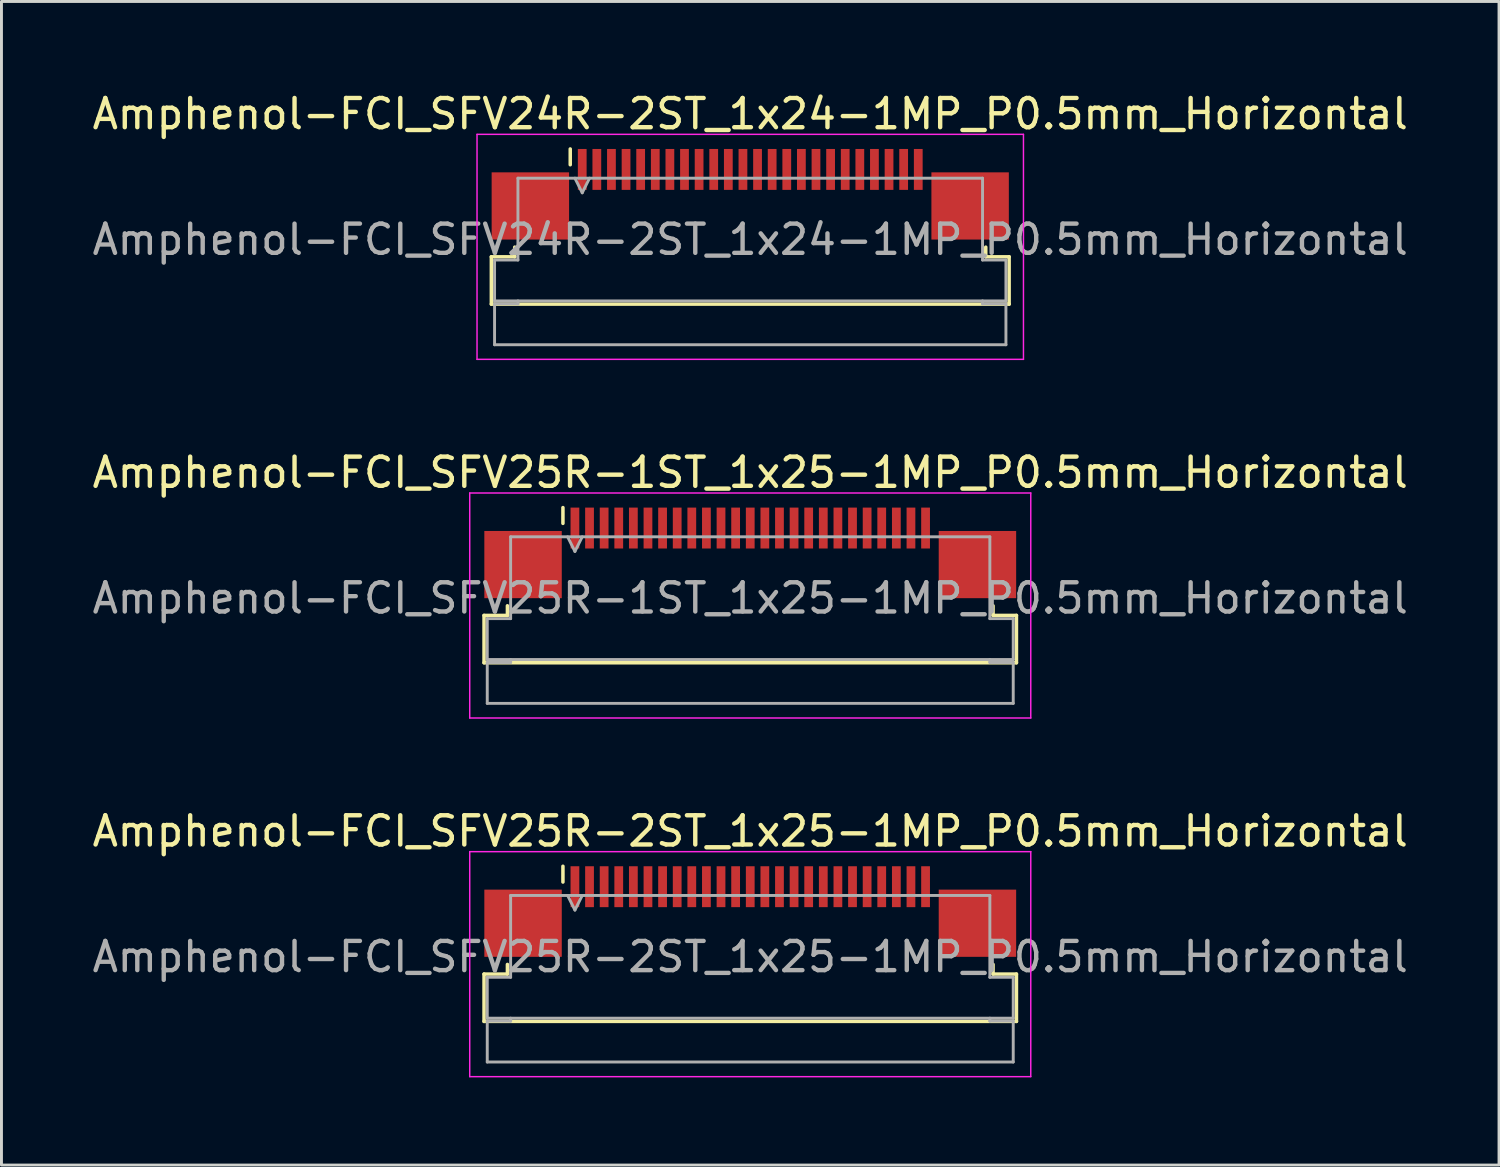
<source format=kicad_pcb>
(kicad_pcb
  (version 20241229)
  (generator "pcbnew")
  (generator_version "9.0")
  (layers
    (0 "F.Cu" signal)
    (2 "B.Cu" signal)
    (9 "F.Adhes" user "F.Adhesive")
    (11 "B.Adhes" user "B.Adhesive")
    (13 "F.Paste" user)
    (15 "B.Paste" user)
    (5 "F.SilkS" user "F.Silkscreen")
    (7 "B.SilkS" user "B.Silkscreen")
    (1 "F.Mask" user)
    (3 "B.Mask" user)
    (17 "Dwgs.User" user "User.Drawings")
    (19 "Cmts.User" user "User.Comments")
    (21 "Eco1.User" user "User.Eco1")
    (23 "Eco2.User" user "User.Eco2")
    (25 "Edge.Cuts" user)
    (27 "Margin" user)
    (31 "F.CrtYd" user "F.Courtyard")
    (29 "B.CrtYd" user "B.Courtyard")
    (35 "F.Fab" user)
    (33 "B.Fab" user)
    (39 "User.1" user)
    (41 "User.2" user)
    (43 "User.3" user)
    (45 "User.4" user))
  (footprint "Amphenol-FCI_SFV25R-1ST_1x25-1MP_P0.5mm_Horizontal"
    (layer "F.Cu")
    (at 22.625 17.021)
    (property "Reference" "Amphenol-FCI_SFV25R-1ST_1x25-1MP_P0.5mm_Horizontal" (at 0 -3.9 0) (layer "F.SilkS") (effects (font (size 1 1) (thickness 0.15))))
    (attr smd)
    (fp_line (start -9.11 0.99) (end -8.31 0.99) (stroke (width 0.12) (type solid)) (layer "F.SilkS"))
    (fp_line (start -9.11 2.61) (end -9.11 0.99) (stroke (width 0.12) (type solid)) (layer "F.SilkS"))
    (fp_line (start -8.31 0.99) (end -8.31 0.66) (stroke (width 0.12) (type solid)) (layer "F.SilkS"))
    (fp_line (start -6.41 -2.16) (end -6.41 -2.7) (stroke (width 0.12) (type solid)) (layer "F.SilkS"))
    (fp_line (start 8.31 0.66) (end 8.31 0.99) (stroke (width 0.12) (type solid)) (layer "F.SilkS"))
    (fp_line (start 8.31 0.99) (end 9.11 0.99) (stroke (width 0.12) (type solid)) (layer "F.SilkS"))
    (fp_line (start 9.11 0.99) (end 9.11 2.61) (stroke (width 0.12) (type solid)) (layer "F.SilkS"))
    (fp_line (start 9.11 2.61) (end -9.11 2.61) (stroke (width 0.12) (type solid)) (layer "F.SilkS"))
    (fp_line (start -9.6 -3.2) (end -9.6 4.5) (stroke (width 0.05) (type solid)) (layer "F.CrtYd"))
    (fp_line (start -9.6 4.5) (end 9.6 4.5) (stroke (width 0.05) (type solid)) (layer "F.CrtYd"))
    (fp_line (start 9.6 -3.2) (end -9.6 -3.2) (stroke (width 0.05) (type solid)) (layer "F.CrtYd"))
    (fp_line (start 9.6 4.5) (end 9.6 -3.2) (stroke (width 0.05) (type solid)) (layer "F.CrtYd"))
    (fp_line (start -9 1.1) (end -8.2 1.1) (stroke (width 0.1) (type solid)) (layer "F.Fab"))
    (fp_line (start -9 2.5) (end -9 1.1) (stroke (width 0.1) (type solid)) (layer "F.Fab"))
    (fp_line (start -9 2.6) (end -8.2 2.6) (stroke (width 0.1) (type solid)) (layer "F.Fab"))
    (fp_line (start -9 4) (end -9 2.6) (stroke (width 0.1) (type solid)) (layer "F.Fab"))
    (fp_line (start -8.2 -1.7) (end 8.2 -1.7) (stroke (width 0.1) (type solid)) (layer "F.Fab"))
    (fp_line (start -8.2 1.1) (end -8.2 -1.7) (stroke (width 0.1) (type solid)) (layer "F.Fab"))
    (fp_line (start -8.2 2.6) (end -8.2 2.5) (stroke (width 0.1) (type solid)) (layer "F.Fab"))
    (fp_line (start -6.25 -1.7) (end -6 -1.2) (stroke (width 0.1) (type solid)) (layer "F.Fab"))
    (fp_line (start -6 -1.2) (end -5.75 -1.7) (stroke (width 0.1) (type solid)) (layer "F.Fab"))
    (fp_line (start 8.2 -1.7) (end 8.2 1.1) (stroke (width 0.1) (type solid)) (layer "F.Fab"))
    (fp_line (start 8.2 1.1) (end 9 1.1) (stroke (width 0.1) (type solid)) (layer "F.Fab"))
    (fp_line (start 8.2 2.5) (end 8.2 2.6) (stroke (width 0.1) (type solid)) (layer "F.Fab"))
    (fp_line (start 8.2 2.6) (end 9 2.6) (stroke (width 0.1) (type solid)) (layer "F.Fab"))
    (fp_line (start 9 1.1) (end 9 2.5) (stroke (width 0.1) (type solid)) (layer "F.Fab"))
    (fp_line (start 9 2.5) (end -9 2.5) (stroke (width 0.1) (type solid)) (layer "F.Fab"))
    (fp_line (start 9 2.6) (end 9 4) (stroke (width 0.1) (type solid)) (layer "F.Fab"))
    (fp_line (start 9 4) (end -9 4) (stroke (width 0.1) (type solid)) (layer "F.Fab"))
    (fp_text user "${REFERENCE}" (at 0 0.4 0) (layer "F.Fab") (effects (font (size 1 1) (thickness 0.15))))
    (pad "1" smd rect (at -6 -2) (size 0.3 1.4) (layers "F.Cu" "F.Mask" "F.Paste"))
    (pad "2" smd rect (at -5.5 -2) (size 0.3 1.4) (layers "F.Cu" "F.Mask" "F.Paste"))
    (pad "3" smd rect (at -5 -2) (size 0.3 1.4) (layers "F.Cu" "F.Mask" "F.Paste"))
    (pad "4" smd rect (at -4.5 -2) (size 0.3 1.4) (layers "F.Cu" "F.Mask" "F.Paste"))
    (pad "5" smd rect (at -4 -2) (size 0.3 1.4) (layers "F.Cu" "F.Mask" "F.Paste"))
    (pad "6" smd rect (at -3.5 -2) (size 0.3 1.4) (layers "F.Cu" "F.Mask" "F.Paste"))
    (pad "7" smd rect (at -3 -2) (size 0.3 1.4) (layers "F.Cu" "F.Mask" "F.Paste"))
    (pad "8" smd rect (at -2.5 -2) (size 0.3 1.4) (layers "F.Cu" "F.Mask" "F.Paste"))
    (pad "9" smd rect (at -2 -2) (size 0.3 1.4) (layers "F.Cu" "F.Mask" "F.Paste"))
    (pad "10" smd rect (at -1.5 -2) (size 0.3 1.4) (layers "F.Cu" "F.Mask" "F.Paste"))
    (pad "11" smd rect (at -1 -2) (size 0.3 1.4) (layers "F.Cu" "F.Mask" "F.Paste"))
    (pad "12" smd rect (at -0.5 -2) (size 0.3 1.4) (layers "F.Cu" "F.Mask" "F.Paste"))
    (pad "13" smd rect (at 0 -2) (size 0.3 1.4) (layers "F.Cu" "F.Mask" "F.Paste"))
    (pad "14" smd rect (at 0.5 -2) (size 0.3 1.4) (layers "F.Cu" "F.Mask" "F.Paste"))
    (pad "15" smd rect (at 1 -2) (size 0.3 1.4) (layers "F.Cu" "F.Mask" "F.Paste"))
    (pad "16" smd rect (at 1.5 -2) (size 0.3 1.4) (layers "F.Cu" "F.Mask" "F.Paste"))
    (pad "17" smd rect (at 2 -2) (size 0.3 1.4) (layers "F.Cu" "F.Mask" "F.Paste"))
    (pad "18" smd rect (at 2.5 -2) (size 0.3 1.4) (layers "F.Cu" "F.Mask" "F.Paste"))
    (pad "19" smd rect (at 3 -2) (size 0.3 1.4) (layers "F.Cu" "F.Mask" "F.Paste"))
    (pad "20" smd rect (at 3.5 -2) (size 0.3 1.4) (layers "F.Cu" "F.Mask" "F.Paste"))
    (pad "21" smd rect (at 4 -2) (size 0.3 1.4) (layers "F.Cu" "F.Mask" "F.Paste"))
    (pad "22" smd rect (at 4.5 -2) (size 0.3 1.4) (layers "F.Cu" "F.Mask" "F.Paste"))
    (pad "23" smd rect (at 5 -2) (size 0.3 1.4) (layers "F.Cu" "F.Mask" "F.Paste"))
    (pad "24" smd rect (at 5.5 -2) (size 0.3 1.4) (layers "F.Cu" "F.Mask" "F.Paste"))
    (pad "25" smd rect (at 6 -2) (size 0.3 1.4) (layers "F.Cu" "F.Mask" "F.Paste"))
    (pad "MP" smd rect (at -7.775 -0.75) (size 2.65 2.3) (layers "F.Cu" "F.Mask" "F.Paste"))
    (pad "MP" smd rect (at 7.775 -0.75) (size 2.65 2.3) (layers "F.Cu" "F.Mask" "F.Paste")))
  (footprint "Amphenol-FCI_SFV24R-2ST_1x24-1MP_P0.5mm_Horizontal"
    (layer "F.Cu")
    (at 22.625 4.748)
    (property "Reference" "Amphenol-FCI_SFV24R-2ST_1x24-1MP_P0.5mm_Horizontal" (at 0 -3.9 0) (layer "F.SilkS") (effects (font (size 1 1) (thickness 0.15))))
    (attr smd)
    (fp_line (start -8.86 0.99) (end -8.06 0.99) (stroke (width 0.12) (type solid)) (layer "F.SilkS"))
    (fp_line (start -8.86 2.61) (end -8.86 0.99) (stroke (width 0.12) (type solid)) (layer "F.SilkS"))
    (fp_line (start -8.06 0.99) (end -8.06 0.66) (stroke (width 0.12) (type solid)) (layer "F.SilkS"))
    (fp_line (start -6.16 -2.16) (end -6.16 -2.7) (stroke (width 0.12) (type solid)) (layer "F.SilkS"))
    (fp_line (start 8.06 0.66) (end 8.06 0.99) (stroke (width 0.12) (type solid)) (layer "F.SilkS"))
    (fp_line (start 8.06 0.99) (end 8.86 0.99) (stroke (width 0.12) (type solid)) (layer "F.SilkS"))
    (fp_line (start 8.86 0.99) (end 8.86 2.61) (stroke (width 0.12) (type solid)) (layer "F.SilkS"))
    (fp_line (start 8.86 2.61) (end -8.86 2.61) (stroke (width 0.12) (type solid)) (layer "F.SilkS"))
    (fp_line (start -9.35 -3.2) (end -9.35 4.5) (stroke (width 0.05) (type solid)) (layer "F.CrtYd"))
    (fp_line (start -9.35 4.5) (end 9.35 4.5) (stroke (width 0.05) (type solid)) (layer "F.CrtYd"))
    (fp_line (start 9.35 -3.2) (end -9.35 -3.2) (stroke (width 0.05) (type solid)) (layer "F.CrtYd"))
    (fp_line (start 9.35 4.5) (end 9.35 -3.2) (stroke (width 0.05) (type solid)) (layer "F.CrtYd"))
    (fp_line (start -8.75 1.1) (end -7.95 1.1) (stroke (width 0.1) (type solid)) (layer "F.Fab"))
    (fp_line (start -8.75 2.5) (end -8.75 1.1) (stroke (width 0.1) (type solid)) (layer "F.Fab"))
    (fp_line (start -8.75 2.6) (end -7.95 2.6) (stroke (width 0.1) (type solid)) (layer "F.Fab"))
    (fp_line (start -8.75 4) (end -8.75 2.6) (stroke (width 0.1) (type solid)) (layer "F.Fab"))
    (fp_line (start -7.95 -1.7) (end 7.95 -1.7) (stroke (width 0.1) (type solid)) (layer "F.Fab"))
    (fp_line (start -7.95 1.1) (end -7.95 -1.7) (stroke (width 0.1) (type solid)) (layer "F.Fab"))
    (fp_line (start -7.95 2.6) (end -7.95 2.5) (stroke (width 0.1) (type solid)) (layer "F.Fab"))
    (fp_line (start -6 -1.7) (end -5.75 -1.2) (stroke (width 0.1) (type solid)) (layer "F.Fab"))
    (fp_line (start -5.75 -1.2) (end -5.5 -1.7) (stroke (width 0.1) (type solid)) (layer "F.Fab"))
    (fp_line (start 7.95 -1.7) (end 7.95 1.1) (stroke (width 0.1) (type solid)) (layer "F.Fab"))
    (fp_line (start 7.95 1.1) (end 8.75 1.1) (stroke (width 0.1) (type solid)) (layer "F.Fab"))
    (fp_line (start 7.95 2.5) (end 7.95 2.6) (stroke (width 0.1) (type solid)) (layer "F.Fab"))
    (fp_line (start 7.95 2.6) (end 8.75 2.6) (stroke (width 0.1) (type solid)) (layer "F.Fab"))
    (fp_line (start 8.75 1.1) (end 8.75 2.5) (stroke (width 0.1) (type solid)) (layer "F.Fab"))
    (fp_line (start 8.75 2.5) (end -8.75 2.5) (stroke (width 0.1) (type solid)) (layer "F.Fab"))
    (fp_line (start 8.75 2.6) (end 8.75 4) (stroke (width 0.1) (type solid)) (layer "F.Fab"))
    (fp_line (start 8.75 4) (end -8.75 4) (stroke (width 0.1) (type solid)) (layer "F.Fab"))
    (fp_text user "${REFERENCE}" (at 0 0.4 0) (layer "F.Fab") (effects (font (size 1 1) (thickness 0.15))))
    (pad "1" smd rect (at -5.75 -2) (size 0.3 1.4) (layers "F.Cu" "F.Mask" "F.Paste"))
    (pad "2" smd rect (at -5.25 -2) (size 0.3 1.4) (layers "F.Cu" "F.Mask" "F.Paste"))
    (pad "3" smd rect (at -4.75 -2) (size 0.3 1.4) (layers "F.Cu" "F.Mask" "F.Paste"))
    (pad "4" smd rect (at -4.25 -2) (size 0.3 1.4) (layers "F.Cu" "F.Mask" "F.Paste"))
    (pad "5" smd rect (at -3.75 -2) (size 0.3 1.4) (layers "F.Cu" "F.Mask" "F.Paste"))
    (pad "6" smd rect (at -3.25 -2) (size 0.3 1.4) (layers "F.Cu" "F.Mask" "F.Paste"))
    (pad "7" smd rect (at -2.75 -2) (size 0.3 1.4) (layers "F.Cu" "F.Mask" "F.Paste"))
    (pad "8" smd rect (at -2.25 -2) (size 0.3 1.4) (layers "F.Cu" "F.Mask" "F.Paste"))
    (pad "9" smd rect (at -1.75 -2) (size 0.3 1.4) (layers "F.Cu" "F.Mask" "F.Paste"))
    (pad "10" smd rect (at -1.25 -2) (size 0.3 1.4) (layers "F.Cu" "F.Mask" "F.Paste"))
    (pad "11" smd rect (at -0.75 -2) (size 0.3 1.4) (layers "F.Cu" "F.Mask" "F.Paste"))
    (pad "12" smd rect (at -0.25 -2) (size 0.3 1.4) (layers "F.Cu" "F.Mask" "F.Paste"))
    (pad "13" smd rect (at 0.25 -2) (size 0.3 1.4) (layers "F.Cu" "F.Mask" "F.Paste"))
    (pad "14" smd rect (at 0.75 -2) (size 0.3 1.4) (layers "F.Cu" "F.Mask" "F.Paste"))
    (pad "15" smd rect (at 1.25 -2) (size 0.3 1.4) (layers "F.Cu" "F.Mask" "F.Paste"))
    (pad "16" smd rect (at 1.75 -2) (size 0.3 1.4) (layers "F.Cu" "F.Mask" "F.Paste"))
    (pad "17" smd rect (at 2.25 -2) (size 0.3 1.4) (layers "F.Cu" "F.Mask" "F.Paste"))
    (pad "18" smd rect (at 2.75 -2) (size 0.3 1.4) (layers "F.Cu" "F.Mask" "F.Paste"))
    (pad "19" smd rect (at 3.25 -2) (size 0.3 1.4) (layers "F.Cu" "F.Mask" "F.Paste"))
    (pad "20" smd rect (at 3.75 -2) (size 0.3 1.4) (layers "F.Cu" "F.Mask" "F.Paste"))
    (pad "21" smd rect (at 4.25 -2) (size 0.3 1.4) (layers "F.Cu" "F.Mask" "F.Paste"))
    (pad "22" smd rect (at 4.75 -2) (size 0.3 1.4) (layers "F.Cu" "F.Mask" "F.Paste"))
    (pad "23" smd rect (at 5.25 -2) (size 0.3 1.4) (layers "F.Cu" "F.Mask" "F.Paste"))
    (pad "24" smd rect (at 5.75 -2) (size 0.3 1.4) (layers "F.Cu" "F.Mask" "F.Paste"))
    (pad "MP" smd rect (at -7.525 -0.75) (size 2.65 2.3) (layers "F.Cu" "F.Mask" "F.Paste"))
    (pad "MP" smd rect (at 7.525 -0.75) (size 2.65 2.3) (layers "F.Cu" "F.Mask" "F.Paste")))
  (footprint "Amphenol-FCI_SFV25R-2ST_1x25-1MP_P0.5mm_Horizontal"
    (layer "F.Cu")
    (at 22.625 29.295)
    (property "Reference" "Amphenol-FCI_SFV25R-2ST_1x25-1MP_P0.5mm_Horizontal" (at 0 -3.9 0) (layer "F.SilkS") (effects (font (size 1 1) (thickness 0.15))))
    (attr smd)
    (fp_line (start -9.11 0.99) (end -8.31 0.99) (stroke (width 0.12) (type solid)) (layer "F.SilkS"))
    (fp_line (start -9.11 2.61) (end -9.11 0.99) (stroke (width 0.12) (type solid)) (layer "F.SilkS"))
    (fp_line (start -8.31 0.99) (end -8.31 0.66) (stroke (width 0.12) (type solid)) (layer "F.SilkS"))
    (fp_line (start -6.41 -2.16) (end -6.41 -2.7) (stroke (width 0.12) (type solid)) (layer "F.SilkS"))
    (fp_line (start 8.31 0.66) (end 8.31 0.99) (stroke (width 0.12) (type solid)) (layer "F.SilkS"))
    (fp_line (start 8.31 0.99) (end 9.11 0.99) (stroke (width 0.12) (type solid)) (layer "F.SilkS"))
    (fp_line (start 9.11 0.99) (end 9.11 2.61) (stroke (width 0.12) (type solid)) (layer "F.SilkS"))
    (fp_line (start 9.11 2.61) (end -9.11 2.61) (stroke (width 0.12) (type solid)) (layer "F.SilkS"))
    (fp_line (start -9.6 -3.2) (end -9.6 4.5) (stroke (width 0.05) (type solid)) (layer "F.CrtYd"))
    (fp_line (start -9.6 4.5) (end 9.6 4.5) (stroke (width 0.05) (type solid)) (layer "F.CrtYd"))
    (fp_line (start 9.6 -3.2) (end -9.6 -3.2) (stroke (width 0.05) (type solid)) (layer "F.CrtYd"))
    (fp_line (start 9.6 4.5) (end 9.6 -3.2) (stroke (width 0.05) (type solid)) (layer "F.CrtYd"))
    (fp_line (start -9 1.1) (end -8.2 1.1) (stroke (width 0.1) (type solid)) (layer "F.Fab"))
    (fp_line (start -9 2.5) (end -9 1.1) (stroke (width 0.1) (type solid)) (layer "F.Fab"))
    (fp_line (start -9 2.6) (end -8.2 2.6) (stroke (width 0.1) (type solid)) (layer "F.Fab"))
    (fp_line (start -9 4) (end -9 2.6) (stroke (width 0.1) (type solid)) (layer "F.Fab"))
    (fp_line (start -8.2 -1.7) (end 8.2 -1.7) (stroke (width 0.1) (type solid)) (layer "F.Fab"))
    (fp_line (start -8.2 1.1) (end -8.2 -1.7) (stroke (width 0.1) (type solid)) (layer "F.Fab"))
    (fp_line (start -8.2 2.6) (end -8.2 2.5) (stroke (width 0.1) (type solid)) (layer "F.Fab"))
    (fp_line (start -6.25 -1.7) (end -6 -1.2) (stroke (width 0.1) (type solid)) (layer "F.Fab"))
    (fp_line (start -6 -1.2) (end -5.75 -1.7) (stroke (width 0.1) (type solid)) (layer "F.Fab"))
    (fp_line (start 8.2 -1.7) (end 8.2 1.1) (stroke (width 0.1) (type solid)) (layer "F.Fab"))
    (fp_line (start 8.2 1.1) (end 9 1.1) (stroke (width 0.1) (type solid)) (layer "F.Fab"))
    (fp_line (start 8.2 2.5) (end 8.2 2.6) (stroke (width 0.1) (type solid)) (layer "F.Fab"))
    (fp_line (start 8.2 2.6) (end 9 2.6) (stroke (width 0.1) (type solid)) (layer "F.Fab"))
    (fp_line (start 9 1.1) (end 9 2.5) (stroke (width 0.1) (type solid)) (layer "F.Fab"))
    (fp_line (start 9 2.5) (end -9 2.5) (stroke (width 0.1) (type solid)) (layer "F.Fab"))
    (fp_line (start 9 2.6) (end 9 4) (stroke (width 0.1) (type solid)) (layer "F.Fab"))
    (fp_line (start 9 4) (end -9 4) (stroke (width 0.1) (type solid)) (layer "F.Fab"))
    (fp_text user "${REFERENCE}" (at 0 0.4 0) (layer "F.Fab") (effects (font (size 1 1) (thickness 0.15))))
    (pad "1" smd rect (at -6 -2) (size 0.3 1.4) (layers "F.Cu" "F.Mask" "F.Paste"))
    (pad "2" smd rect (at -5.5 -2) (size 0.3 1.4) (layers "F.Cu" "F.Mask" "F.Paste"))
    (pad "3" smd rect (at -5 -2) (size 0.3 1.4) (layers "F.Cu" "F.Mask" "F.Paste"))
    (pad "4" smd rect (at -4.5 -2) (size 0.3 1.4) (layers "F.Cu" "F.Mask" "F.Paste"))
    (pad "5" smd rect (at -4 -2) (size 0.3 1.4) (layers "F.Cu" "F.Mask" "F.Paste"))
    (pad "6" smd rect (at -3.5 -2) (size 0.3 1.4) (layers "F.Cu" "F.Mask" "F.Paste"))
    (pad "7" smd rect (at -3 -2) (size 0.3 1.4) (layers "F.Cu" "F.Mask" "F.Paste"))
    (pad "8" smd rect (at -2.5 -2) (size 0.3 1.4) (layers "F.Cu" "F.Mask" "F.Paste"))
    (pad "9" smd rect (at -2 -2) (size 0.3 1.4) (layers "F.Cu" "F.Mask" "F.Paste"))
    (pad "10" smd rect (at -1.5 -2) (size 0.3 1.4) (layers "F.Cu" "F.Mask" "F.Paste"))
    (pad "11" smd rect (at -1 -2) (size 0.3 1.4) (layers "F.Cu" "F.Mask" "F.Paste"))
    (pad "12" smd rect (at -0.5 -2) (size 0.3 1.4) (layers "F.Cu" "F.Mask" "F.Paste"))
    (pad "13" smd rect (at 0 -2) (size 0.3 1.4) (layers "F.Cu" "F.Mask" "F.Paste"))
    (pad "14" smd rect (at 0.5 -2) (size 0.3 1.4) (layers "F.Cu" "F.Mask" "F.Paste"))
    (pad "15" smd rect (at 1 -2) (size 0.3 1.4) (layers "F.Cu" "F.Mask" "F.Paste"))
    (pad "16" smd rect (at 1.5 -2) (size 0.3 1.4) (layers "F.Cu" "F.Mask" "F.Paste"))
    (pad "17" smd rect (at 2 -2) (size 0.3 1.4) (layers "F.Cu" "F.Mask" "F.Paste"))
    (pad "18" smd rect (at 2.5 -2) (size 0.3 1.4) (layers "F.Cu" "F.Mask" "F.Paste"))
    (pad "19" smd rect (at 3 -2) (size 0.3 1.4) (layers "F.Cu" "F.Mask" "F.Paste"))
    (pad "20" smd rect (at 3.5 -2) (size 0.3 1.4) (layers "F.Cu" "F.Mask" "F.Paste"))
    (pad "21" smd rect (at 4 -2) (size 0.3 1.4) (layers "F.Cu" "F.Mask" "F.Paste"))
    (pad "22" smd rect (at 4.5 -2) (size 0.3 1.4) (layers "F.Cu" "F.Mask" "F.Paste"))
    (pad "23" smd rect (at 5 -2) (size 0.3 1.4) (layers "F.Cu" "F.Mask" "F.Paste"))
    (pad "24" smd rect (at 5.5 -2) (size 0.3 1.4) (layers "F.Cu" "F.Mask" "F.Paste"))
    (pad "25" smd rect (at 6 -2) (size 0.3 1.4) (layers "F.Cu" "F.Mask" "F.Paste"))
    (pad "MP" smd rect (at -7.775 -0.75) (size 2.65 2.3) (layers "F.Cu" "F.Mask" "F.Paste"))
    (pad "MP" smd rect (at 7.775 -0.75) (size 2.65 2.3) (layers "F.Cu" "F.Mask" "F.Paste")))
  (gr_rect
    (start -3 -3)
    (end 48.25 36.82)
    (stroke (width 0.1) (type default))
    (fill no)
    (layer "Edge.Cuts")))
</source>
